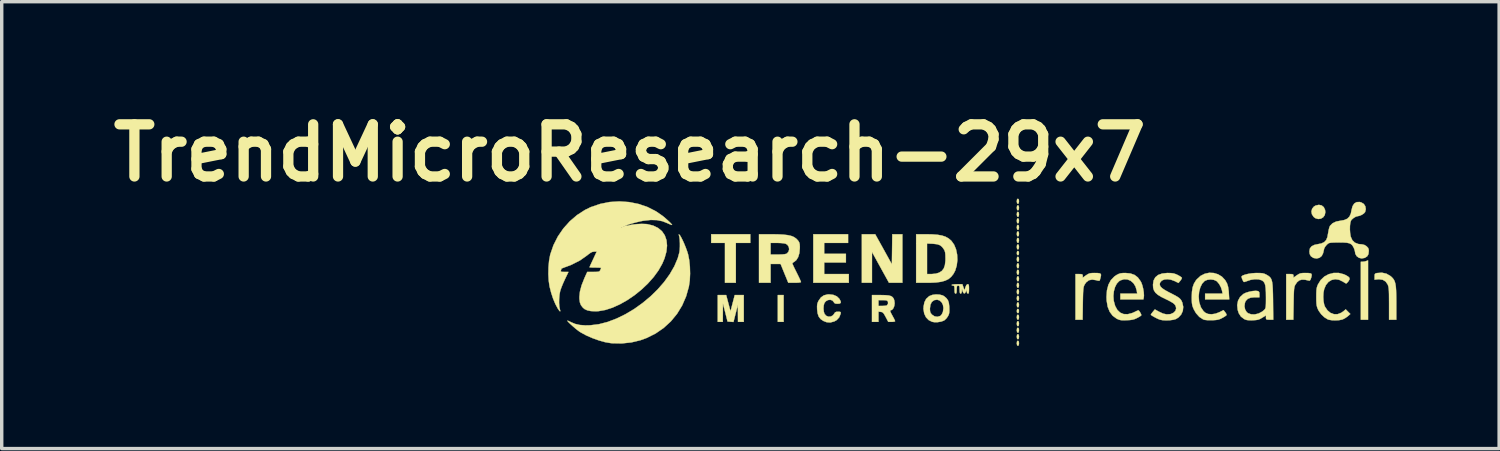
<source format=kicad_pcb>
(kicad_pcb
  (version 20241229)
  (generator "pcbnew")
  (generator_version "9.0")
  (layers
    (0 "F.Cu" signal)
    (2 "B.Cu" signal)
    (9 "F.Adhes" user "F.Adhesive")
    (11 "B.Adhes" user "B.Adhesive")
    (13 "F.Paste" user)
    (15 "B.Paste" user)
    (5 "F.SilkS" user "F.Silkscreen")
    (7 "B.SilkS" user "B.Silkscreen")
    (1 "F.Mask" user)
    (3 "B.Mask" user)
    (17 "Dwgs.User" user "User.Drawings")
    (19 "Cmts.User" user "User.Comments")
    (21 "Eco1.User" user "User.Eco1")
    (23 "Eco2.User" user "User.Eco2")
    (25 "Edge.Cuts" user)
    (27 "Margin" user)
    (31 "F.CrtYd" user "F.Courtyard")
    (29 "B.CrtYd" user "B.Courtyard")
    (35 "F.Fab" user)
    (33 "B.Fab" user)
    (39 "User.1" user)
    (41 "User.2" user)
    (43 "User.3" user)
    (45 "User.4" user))
  (footprint "TrendMicroResearch-29x7"
    (layer "F.Cu")
    (at 25.356 4.918)
    (property "Reference" "TrendMicroResearch-29x7" (at -10 -3.5 0) (layer "F.SilkS") (effects (font (size 1.524 1.524) (thickness 0.3))))
    (attr through_hole)
    (fp_poly (pts (xy -5.503 1.439) (xy -5.673 1.439) (xy -5.673 0.656) (xy -5.503 0.656) (xy -5.503 1.439)) (stroke (width 0.01) (type solid)) (fill yes) (layer "F.SilkS"))
    (fp_poly (pts (xy 11.578 1.376) (xy 11.367 1.376) (xy 11.367 -0.318) (xy 11.418 -0.318) (xy 11.479 -0.325) (xy 11.524 -0.338) (xy 11.578 -0.359) (xy 11.578 1.376)) (stroke (width 0.01) (type solid)) (fill yes) (layer "F.SilkS"))
    (fp_poly (pts (xy -6.477 -0.868) (xy -6.9 -0.868) (xy -6.9 0.296) (xy -7.218 0.296) (xy -7.218 -0.868) (xy -7.62 -0.868) (xy -7.62 -1.122) (xy -6.477 -1.122) (xy -6.477 -0.868)) (stroke (width 0.01) (type solid)) (fill yes) (layer "F.SilkS"))
    (fp_poly (pts (xy 1.369 -0.616) (xy 1.376 -0.572) (xy 1.366 -0.521) (xy 1.344 -0.508) (xy 1.319 -0.527) (xy 1.312 -0.572) (xy 1.322 -0.622) (xy 1.344 -0.635) (xy 1.369 -0.616)) (stroke (width 0.01) (type solid)) (fill yes) (layer "F.SilkS"))
    (fp_poly (pts (xy 1.369 1.077) (xy 1.376 1.122) (xy 1.366 1.172) (xy 1.344 1.185) (xy 1.319 1.166) (xy 1.312 1.122) (xy 1.322 1.071) (xy 1.344 1.058) (xy 1.369 1.077)) (stroke (width 0.01) (type solid)) (fill yes) (layer "F.SilkS"))
    (fp_poly (pts (xy -3.619 -0.868) (xy -4.318 -0.868) (xy -4.318 -0.55) (xy -3.683 -0.55) (xy -3.683 -0.296) (xy -4.318 -0.296) (xy -4.318 0.042) (xy -3.598 0.042) (xy -3.598 0.296) (xy -4.636 0.296) (xy -4.636 -1.122) (xy -3.619 -1.122) (xy -3.619 -0.868)) (stroke (width 0.01) (type solid)) (fill yes) (layer "F.SilkS"))
    (fp_poly (pts (xy 1.368 -2.143) (xy 1.376 -2.092) (xy 1.376 -2.085) (xy 1.369 -2.03) (xy 1.347 -2.011) (xy 1.344 -2.011) (xy 1.321 -2.027) (xy 1.312 -2.078) (xy 1.312 -2.085) (xy 1.319 -2.14) (xy 1.341 -2.159) (xy 1.344 -2.159) (xy 1.368 -2.143)) (stroke (width 0.01) (type solid)) (fill yes) (layer "F.SilkS"))
    (fp_poly (pts (xy 1.368 -1.952) (xy 1.376 -1.901) (xy 1.376 -1.894) (xy 1.369 -1.84) (xy 1.347 -1.82) (xy 1.344 -1.82) (xy 1.321 -1.836) (xy 1.312 -1.888) (xy 1.312 -1.894) (xy 1.319 -1.949) (xy 1.341 -1.968) (xy 1.344 -1.968) (xy 1.368 -1.952)) (stroke (width 0.01) (type solid)) (fill yes) (layer "F.SilkS"))
    (fp_poly (pts (xy 1.368 -1.762) (xy 1.376 -1.711) (xy 1.376 -1.704) (xy 1.369 -1.649) (xy 1.347 -1.63) (xy 1.344 -1.63) (xy 1.321 -1.646) (xy 1.312 -1.697) (xy 1.312 -1.704) (xy 1.319 -1.759) (xy 1.341 -1.778) (xy 1.344 -1.778) (xy 1.368 -1.762)) (stroke (width 0.01) (type solid)) (fill yes) (layer "F.SilkS"))
    (fp_poly (pts (xy 1.368 -1.571) (xy 1.376 -1.52) (xy 1.376 -1.513) (xy 1.369 -1.459) (xy 1.347 -1.439) (xy 1.344 -1.439) (xy 1.321 -1.455) (xy 1.312 -1.507) (xy 1.312 -1.513) (xy 1.319 -1.568) (xy 1.341 -1.587) (xy 1.344 -1.587) (xy 1.368 -1.571)) (stroke (width 0.01) (type solid)) (fill yes) (layer "F.SilkS"))
    (fp_poly (pts (xy 1.368 -1.381) (xy 1.376 -1.33) (xy 1.376 -1.323) (xy 1.369 -1.268) (xy 1.347 -1.249) (xy 1.344 -1.249) (xy 1.321 -1.265) (xy 1.312 -1.316) (xy 1.312 -1.323) (xy 1.319 -1.378) (xy 1.341 -1.397) (xy 1.344 -1.397) (xy 1.368 -1.381)) (stroke (width 0.01) (type solid)) (fill yes) (layer "F.SilkS"))
    (fp_poly (pts (xy 1.368 -1.19) (xy 1.376 -1.139) (xy 1.376 -1.132) (xy 1.369 -1.078) (xy 1.347 -1.058) (xy 1.344 -1.058) (xy 1.321 -1.074) (xy 1.312 -1.126) (xy 1.312 -1.132) (xy 1.319 -1.187) (xy 1.341 -1.206) (xy 1.344 -1.206) (xy 1.368 -1.19)) (stroke (width 0.01) (type solid)) (fill yes) (layer "F.SilkS"))
    (fp_poly (pts (xy 1.368 -1) (xy 1.376 -0.949) (xy 1.376 -0.942) (xy 1.369 -0.887) (xy 1.347 -0.868) (xy 1.344 -0.868) (xy 1.321 -0.884) (xy 1.312 -0.935) (xy 1.312 -0.942) (xy 1.319 -0.997) (xy 1.341 -1.016) (xy 1.344 -1.016) (xy 1.368 -1)) (stroke (width 0.01) (type solid)) (fill yes) (layer "F.SilkS"))
    (fp_poly (pts (xy 1.368 -0.809) (xy 1.376 -0.758) (xy 1.376 -0.751) (xy 1.369 -0.697) (xy 1.347 -0.677) (xy 1.344 -0.677) (xy 1.321 -0.693) (xy 1.312 -0.745) (xy 1.312 -0.751) (xy 1.319 -0.806) (xy 1.341 -0.825) (xy 1.344 -0.826) (xy 1.368 -0.809)) (stroke (width 0.01) (type solid)) (fill yes) (layer "F.SilkS"))
    (fp_poly (pts (xy 1.368 -0.45) (xy 1.376 -0.398) (xy 1.376 -0.392) (xy 1.369 -0.337) (xy 1.347 -0.318) (xy 1.344 -0.318) (xy 1.321 -0.334) (xy 1.312 -0.385) (xy 1.312 -0.392) (xy 1.319 -0.446) (xy 1.341 -0.466) (xy 1.344 -0.466) (xy 1.368 -0.45)) (stroke (width 0.01) (type solid)) (fill yes) (layer "F.SilkS"))
    (fp_poly (pts (xy 1.368 -0.259) (xy 1.376 -0.208) (xy 1.376 -0.201) (xy 1.369 -0.146) (xy 1.347 -0.127) (xy 1.344 -0.127) (xy 1.321 -0.143) (xy 1.312 -0.194) (xy 1.312 -0.201) (xy 1.319 -0.256) (xy 1.341 -0.275) (xy 1.344 -0.275) (xy 1.368 -0.259)) (stroke (width 0.01) (type solid)) (fill yes) (layer "F.SilkS"))
    (fp_poly (pts (xy 1.368 -0.069) (xy 1.376 -0.017) (xy 1.376 -0.011) (xy 1.369 0.044) (xy 1.347 0.063) (xy 1.344 0.064) (xy 1.321 0.047) (xy 1.312 -0.004) (xy 1.312 -0.011) (xy 1.319 -0.065) (xy 1.341 -0.085) (xy 1.344 -0.085) (xy 1.368 -0.069)) (stroke (width 0.01) (type solid)) (fill yes) (layer "F.SilkS"))
    (fp_poly (pts (xy 1.368 0.122) (xy 1.376 0.173) (xy 1.376 0.18) (xy 1.369 0.235) (xy 1.347 0.254) (xy 1.344 0.254) (xy 1.321 0.238) (xy 1.312 0.187) (xy 1.312 0.18) (xy 1.319 0.125) (xy 1.341 0.106) (xy 1.344 0.106) (xy 1.368 0.122)) (stroke (width 0.01) (type solid)) (fill yes) (layer "F.SilkS"))
    (fp_poly (pts (xy 1.368 0.312) (xy 1.376 0.364) (xy 1.376 0.37) (xy 1.369 0.425) (xy 1.347 0.444) (xy 1.344 0.445) (xy 1.321 0.428) (xy 1.312 0.377) (xy 1.312 0.37) (xy 1.319 0.316) (xy 1.341 0.296) (xy 1.344 0.296) (xy 1.368 0.312)) (stroke (width 0.01) (type solid)) (fill yes) (layer "F.SilkS"))
    (fp_poly (pts (xy 1.368 0.503) (xy 1.376 0.554) (xy 1.376 0.561) (xy 1.369 0.616) (xy 1.347 0.635) (xy 1.344 0.635) (xy 1.321 0.619) (xy 1.312 0.568) (xy 1.312 0.561) (xy 1.319 0.506) (xy 1.341 0.487) (xy 1.344 0.487) (xy 1.368 0.503)) (stroke (width 0.01) (type solid)) (fill yes) (layer "F.SilkS"))
    (fp_poly (pts (xy 1.368 0.693) (xy 1.376 0.745) (xy 1.376 0.751) (xy 1.369 0.806) (xy 1.347 0.825) (xy 1.344 0.826) (xy 1.321 0.809) (xy 1.312 0.758) (xy 1.312 0.751) (xy 1.319 0.697) (xy 1.341 0.677) (xy 1.344 0.677) (xy 1.368 0.693)) (stroke (width 0.01) (type solid)) (fill yes) (layer "F.SilkS"))
    (fp_poly (pts (xy 1.368 0.884) (xy 1.376 0.935) (xy 1.376 0.942) (xy 1.369 0.997) (xy 1.347 1.016) (xy 1.344 1.016) (xy 1.321 1) (xy 1.312 0.949) (xy 1.312 0.942) (xy 1.319 0.887) (xy 1.341 0.868) (xy 1.344 0.868) (xy 1.368 0.884)) (stroke (width 0.01) (type solid)) (fill yes) (layer "F.SilkS"))
    (fp_poly (pts (xy 1.368 1.244) (xy 1.376 1.295) (xy 1.376 1.302) (xy 1.369 1.357) (xy 1.347 1.376) (xy 1.344 1.376) (xy 1.321 1.36) (xy 1.312 1.308) (xy 1.312 1.302) (xy 1.319 1.247) (xy 1.341 1.228) (xy 1.344 1.228) (xy 1.368 1.244)) (stroke (width 0.01) (type solid)) (fill yes) (layer "F.SilkS"))
    (fp_poly (pts (xy 1.368 1.434) (xy 1.376 1.486) (xy 1.376 1.492) (xy 1.369 1.547) (xy 1.347 1.566) (xy 1.344 1.566) (xy 1.321 1.55) (xy 1.312 1.499) (xy 1.312 1.492) (xy 1.319 1.437) (xy 1.341 1.418) (xy 1.344 1.418) (xy 1.368 1.434)) (stroke (width 0.01) (type solid)) (fill yes) (layer "F.SilkS"))
    (fp_poly (pts (xy 1.368 1.625) (xy 1.376 1.676) (xy 1.376 1.683) (xy 1.369 1.738) (xy 1.347 1.757) (xy 1.344 1.757) (xy 1.321 1.741) (xy 1.312 1.689) (xy 1.312 1.683) (xy 1.319 1.628) (xy 1.341 1.609) (xy 1.344 1.609) (xy 1.368 1.625)) (stroke (width 0.01) (type solid)) (fill yes) (layer "F.SilkS"))
    (fp_poly (pts (xy 1.368 1.815) (xy 1.376 1.867) (xy 1.376 1.873) (xy 1.369 1.928) (xy 1.347 1.947) (xy 1.344 1.947) (xy 1.321 1.931) (xy 1.312 1.88) (xy 1.312 1.873) (xy 1.319 1.818) (xy 1.341 1.799) (xy 1.344 1.799) (xy 1.368 1.815)) (stroke (width 0.01) (type solid)) (fill yes) (layer "F.SilkS"))
    (fp_poly (pts (xy 1.368 2.006) (xy 1.376 2.057) (xy 1.376 2.064) (xy 1.369 2.119) (xy 1.347 2.138) (xy 1.344 2.138) (xy 1.321 2.122) (xy 1.312 2.07) (xy 1.312 2.064) (xy 1.319 2.009) (xy 1.341 1.99) (xy 1.344 1.99) (xy 1.368 2.006)) (stroke (width 0.01) (type solid)) (fill yes) (layer "F.SilkS"))
    (fp_poly (pts (xy -2.032 0.296) (xy -2.228 0.296) (xy -2.424 0.296) (xy -2.672 -0.153) (xy -2.92 -0.603) (xy -2.921 -0.153) (xy -2.921 0.296) (xy -3.217 0.296) (xy -3.217 -1.122) (xy -3.022 -1.122) (xy -2.826 -1.121) (xy -2.582 -0.682) (xy -2.339 -0.243) (xy -2.333 -0.683) (xy -2.327 -1.122) (xy -2.032 -1.122) (xy -2.032 0.296)) (stroke (width 0.01) (type solid)) (fill yes) (layer "F.SilkS"))
    (fp_poly (pts (xy 10.222 -1.964) (xy 10.284 -1.914) (xy 10.321 -1.835) (xy 10.329 -1.766) (xy 10.312 -1.681) (xy 10.265 -1.616) (xy 10.198 -1.577) (xy 10.121 -1.567) (xy 10.042 -1.589) (xy 9.989 -1.628) (xy 9.938 -1.704) (xy 9.923 -1.786) (xy 9.943 -1.865) (xy 9.995 -1.93) (xy 10.047 -1.961) (xy 10.141 -1.981) (xy 10.222 -1.964)) (stroke (width 0.01) (type solid)) (fill yes) (layer "F.SilkS"))
    (fp_poly (pts (xy -7.119 0.894) (xy -7.056 1.132) (xy -6.994 0.894) (xy -6.932 0.656) (xy -6.668 0.656) (xy -6.668 1.439) (xy -6.837 1.439) (xy -6.839 1.191) (xy -6.841 0.942) (xy -6.969 1.442) (xy -7.142 1.429) (xy -7.209 1.164) (xy -7.277 0.9) (xy -7.281 1.439) (xy -7.429 1.439) (xy -7.429 0.656) (xy -7.182 0.656) (xy -7.119 0.894)) (stroke (width 0.01) (type solid)) (fill yes) (layer "F.SilkS"))
    (fp_poly (pts (xy 12.115 0.031) (xy 12.233 0.1) (xy 12.257 0.12) (xy 12.299 0.162) (xy 12.333 0.207) (xy 12.358 0.261) (xy 12.377 0.327) (xy 12.39 0.413) (xy 12.398 0.523) (xy 12.402 0.663) (xy 12.404 0.839) (xy 12.404 0.893) (xy 12.404 1.376) (xy 12.192 1.376) (xy 12.192 0.905) (xy 12.191 0.749) (xy 12.19 0.628) (xy 12.187 0.538) (xy 12.182 0.471) (xy 12.175 0.421) (xy 12.165 0.382) (xy 12.152 0.348) (xy 12.15 0.343) (xy 12.091 0.26) (xy 12.007 0.209) (xy 11.9 0.194) (xy 11.859 0.196) (xy 11.769 0.206) (xy 11.769 0.116) (xy 11.771 0.059) (xy 11.785 0.03) (xy 11.819 0.017) (xy 11.835 0.013) (xy 11.982 0.002) (xy 12.115 0.031)) (stroke (width 0.01) (type solid)) (fill yes) (layer "F.SilkS"))
    (fp_poly (pts (xy 9.83 0.012) (xy 9.892 0.02) (xy 9.924 0.037) (xy 9.932 0.07) (xy 9.923 0.122) (xy 9.918 0.142) (xy 9.894 0.209) (xy 9.87 0.236) (xy 9.861 0.236) (xy 9.736 0.208) (xy 9.64 0.205) (xy 9.565 0.228) (xy 9.504 0.279) (xy 9.449 0.36) (xy 9.446 0.366) (xy 9.433 0.394) (xy 9.424 0.431) (xy 9.416 0.483) (xy 9.411 0.556) (xy 9.407 0.655) (xy 9.404 0.786) (xy 9.402 0.905) (xy 9.394 1.376) (xy 9.186 1.376) (xy 9.186 0.042) (xy 9.292 0.042) (xy 9.355 0.044) (xy 9.386 0.053) (xy 9.397 0.074) (xy 9.398 0.095) (xy 9.398 0.147) (xy 9.495 0.079) (xy 9.554 0.041) (xy 9.607 0.02) (xy 9.67 0.012) (xy 9.733 0.011) (xy 9.83 0.012)) (stroke (width 0.01) (type solid)) (fill yes) (layer "F.SilkS"))
    (fp_poly (pts (xy 3.671 0.012) (xy 3.733 0.02) (xy 3.765 0.038) (xy 3.774 0.068) (xy 3.766 0.116) (xy 3.765 0.121) (xy 3.75 0.179) (xy 3.738 0.221) (xy 3.736 0.226) (xy 3.719 0.238) (xy 3.677 0.234) (xy 3.627 0.22) (xy 3.514 0.203) (xy 3.418 0.223) (xy 3.341 0.282) (xy 3.295 0.349) (xy 3.28 0.379) (xy 3.268 0.413) (xy 3.26 0.455) (xy 3.254 0.512) (xy 3.249 0.589) (xy 3.246 0.695) (xy 3.243 0.833) (xy 3.242 0.905) (xy 3.235 1.376) (xy 3.027 1.376) (xy 3.027 0.042) (xy 3.133 0.042) (xy 3.195 0.044) (xy 3.227 0.053) (xy 3.238 0.074) (xy 3.239 0.095) (xy 3.239 0.147) (xy 3.335 0.079) (xy 3.395 0.041) (xy 3.447 0.02) (xy 3.511 0.012) (xy 3.573 0.011) (xy 3.671 0.012)) (stroke (width 0.01) (type solid)) (fill yes) (layer "F.SilkS"))
    (fp_poly (pts (xy -1.156 -1.118) (xy -1 -1.106) (xy -0.873 -1.083) (xy -0.77 -1.049) (xy -0.684 -1.001) (xy -0.61 -0.939) (xy -0.599 -0.928) (xy -0.52 -0.817) (xy -0.464 -0.68) (xy -0.432 -0.526) (xy -0.425 -0.365) (xy -0.444 -0.206) (xy -0.488 -0.06) (xy -0.541 0.04) (xy -0.607 0.123) (xy -0.685 0.188) (xy -0.782 0.235) (xy -0.902 0.268) (xy -1.051 0.288) (xy -1.234 0.296) (xy -1.306 0.296) (xy -1.63 0.296) (xy -1.63 0.042) (xy -1.312 0.042) (xy -1.18 0.042) (xy -1.056 0.03) (xy -0.959 0.001) (xy -0.88 -0.049) (xy -0.824 -0.12) (xy -0.79 -0.216) (xy -0.774 -0.344) (xy -0.773 -0.413) (xy -0.775 -0.515) (xy -0.782 -0.587) (xy -0.797 -0.64) (xy -0.815 -0.675) (xy -0.869 -0.75) (xy -0.93 -0.8) (xy -1.011 -0.829) (xy -1.121 -0.842) (xy -1.144 -0.844) (xy -1.312 -0.851) (xy -1.312 0.042) (xy -1.63 0.042) (xy -1.63 -1.122) (xy -1.348 -1.122) (xy -1.156 -1.118)) (stroke (width 0.01) (type solid)) (fill yes) (layer "F.SilkS"))
    (fp_poly (pts (xy -4.05 0.65) (xy -3.949 0.693) (xy -3.877 0.762) (xy -3.871 0.771) (xy -3.836 0.839) (xy -3.833 0.882) (xy -3.863 0.904) (xy -3.923 0.91) (xy -3.985 0.906) (xy -4.019 0.889) (xy -4.038 0.86) (xy -4.079 0.813) (xy -4.139 0.794) (xy -4.206 0.801) (xy -4.268 0.835) (xy -4.312 0.889) (xy -4.332 0.962) (xy -4.338 1.054) (xy -4.328 1.145) (xy -4.307 1.207) (xy -4.258 1.262) (xy -4.192 1.287) (xy -4.122 1.282) (xy -4.06 1.247) (xy -4.026 1.201) (xy -4 1.162) (xy -3.963 1.146) (xy -3.912 1.143) (xy -3.858 1.145) (xy -3.835 1.156) (xy -3.835 1.186) (xy -3.839 1.208) (xy -3.88 1.309) (xy -3.954 1.388) (xy -4.022 1.426) (xy -4.137 1.457) (xy -4.245 1.449) (xy -4.339 1.413) (xy -4.421 1.358) (xy -4.477 1.286) (xy -4.51 1.189) (xy -4.524 1.072) (xy -4.526 0.983) (xy -4.52 0.919) (xy -4.501 0.862) (xy -4.484 0.826) (xy -4.414 0.726) (xy -4.326 0.664) (xy -4.216 0.637) (xy -4.175 0.635) (xy -4.05 0.65)) (stroke (width 0.01) (type solid)) (fill yes) (layer "F.SilkS"))
    (fp_poly (pts (xy -2.527 0.659) (xy -2.43 0.668) (xy -2.361 0.687) (xy -2.316 0.718) (xy -2.285 0.763) (xy -2.268 0.815) (xy -2.258 0.895) (xy -2.269 0.974) (xy -2.296 1.042) (xy -2.336 1.088) (xy -2.375 1.101) (xy -2.389 1.108) (xy -2.386 1.134) (xy -2.364 1.184) (xy -2.321 1.264) (xy -2.318 1.27) (xy -2.281 1.337) (xy -2.255 1.391) (xy -2.244 1.42) (xy -2.244 1.42) (xy -2.263 1.431) (xy -2.311 1.438) (xy -2.344 1.439) (xy -2.445 1.439) (xy -2.52 1.296) (xy -2.561 1.222) (xy -2.592 1.178) (xy -2.622 1.156) (xy -2.658 1.147) (xy -2.663 1.147) (xy -2.731 1.14) (xy -2.731 1.439) (xy -2.921 1.439) (xy -2.921 0.804) (xy -2.731 0.804) (xy -2.731 0.974) (xy -2.619 0.973) (xy -2.552 0.97) (xy -2.501 0.963) (xy -2.485 0.957) (xy -2.453 0.913) (xy -2.453 0.857) (xy -2.459 0.841) (xy -2.48 0.819) (xy -2.522 0.808) (xy -2.595 0.804) (xy -2.604 0.804) (xy -2.731 0.804) (xy -2.921 0.804) (xy -2.921 0.656) (xy -2.659 0.656) (xy -2.527 0.659)) (stroke (width 0.01) (type solid)) (fill yes) (layer "F.SilkS"))
    (fp_poly (pts (xy -0.248 0.429) (xy -0.218 0.519) (xy -0.19 0.429) (xy -0.164 0.366) (xy -0.133 0.34) (xy -0.124 0.339) (xy -0.102 0.344) (xy -0.091 0.366) (xy -0.086 0.414) (xy -0.085 0.476) (xy -0.087 0.553) (xy -0.094 0.596) (xy -0.109 0.613) (xy -0.116 0.614) (xy -0.142 0.595) (xy -0.15 0.556) (xy -0.153 0.497) (xy -0.176 0.556) (xy -0.204 0.603) (xy -0.233 0.608) (xy -0.26 0.572) (xy -0.27 0.545) (xy -0.292 0.476) (xy -0.294 0.545) (xy -0.305 0.599) (xy -0.328 0.614) (xy -0.347 0.603) (xy -0.357 0.567) (xy -0.36 0.497) (xy -0.362 0.43) (xy -0.37 0.395) (xy -0.387 0.382) (xy -0.402 0.381) (xy -0.427 0.386) (xy -0.439 0.408) (xy -0.444 0.457) (xy -0.445 0.497) (xy -0.447 0.568) (xy -0.457 0.604) (xy -0.476 0.614) (xy -0.495 0.603) (xy -0.505 0.567) (xy -0.508 0.497) (xy -0.51 0.43) (xy -0.518 0.395) (xy -0.535 0.382) (xy -0.55 0.381) (xy -0.585 0.372) (xy -0.593 0.36) (xy -0.573 0.349) (xy -0.52 0.342) (xy -0.442 0.339) (xy -0.436 0.339) (xy -0.279 0.339) (xy -0.248 0.429)) (stroke (width 0.01) (type solid)) (fill yes) (layer "F.SilkS"))
    (fp_poly (pts (xy -0.945 0.643) (xy -0.854 0.666) (xy -0.812 0.69) (xy -0.743 0.749) (xy -0.699 0.811) (xy -0.674 0.887) (xy -0.662 0.99) (xy -0.661 1.023) (xy -0.659 1.116) (xy -0.664 1.18) (xy -0.678 1.23) (xy -0.703 1.279) (xy -0.748 1.341) (xy -0.801 1.39) (xy -0.815 1.4) (xy -0.898 1.431) (xy -1 1.448) (xy -1.103 1.448) (xy -1.164 1.437) (xy -1.265 1.386) (xy -1.343 1.304) (xy -1.394 1.196) (xy -1.415 1.068) (xy -1.414 1.059) (xy -1.228 1.059) (xy -1.223 1.131) (xy -1.206 1.181) (xy -1.169 1.226) (xy -1.166 1.229) (xy -1.091 1.278) (xy -1.008 1.291) (xy -0.928 1.267) (xy -0.915 1.259) (xy -0.88 1.218) (xy -0.851 1.156) (xy -0.846 1.139) (xy -0.832 1.034) (xy -0.847 0.941) (xy -0.887 0.865) (xy -0.945 0.813) (xy -1.017 0.791) (xy -1.1 0.804) (xy -1.105 0.806) (xy -1.172 0.856) (xy -1.213 0.938) (xy -1.228 1.053) (xy -1.228 1.059) (xy -1.414 1.059) (xy -1.413 0.995) (xy -1.388 0.867) (xy -1.338 0.769) (xy -1.259 0.696) (xy -1.237 0.682) (xy -1.152 0.65) (xy -1.05 0.637) (xy -0.945 0.643)) (stroke (width 0.01) (type solid)) (fill yes) (layer "F.SilkS"))
    (fp_poly (pts (xy -5.673 -1.119) (xy -5.513 -1.111) (xy -5.384 -1.096) (xy -5.282 -1.073) (xy -5.202 -1.04) (xy -5.137 -0.996) (xy -5.084 -0.94) (xy -5.071 -0.924) (xy -5.047 -0.882) (xy -5.034 -0.831) (xy -5.029 -0.758) (xy -5.03 -0.711) (xy -5.043 -0.571) (xy -5.078 -0.454) (xy -5.132 -0.366) (xy -5.185 -0.322) (xy -5.228 -0.294) (xy -5.249 -0.272) (xy -5.249 -0.27) (xy -5.24 -0.246) (xy -5.216 -0.191) (xy -5.179 -0.114) (xy -5.133 -0.022) (xy -5.122 0) (xy -5.075 0.095) (xy -5.036 0.177) (xy -5.009 0.239) (xy -4.996 0.272) (xy -4.995 0.275) (xy -5.015 0.285) (xy -5.071 0.293) (xy -5.157 0.296) (xy -5.181 0.296) (xy -5.367 0.296) (xy -5.48 0.021) (xy -5.592 -0.254) (xy -5.884 -0.254) (xy -5.884 0.296) (xy -6.223 0.296) (xy -6.223 -0.868) (xy -5.884 -0.868) (xy -5.884 -0.529) (xy -5.667 -0.529) (xy -5.551 -0.531) (xy -5.471 -0.539) (xy -5.421 -0.552) (xy -5.405 -0.56) (xy -5.358 -0.616) (xy -5.341 -0.685) (xy -5.354 -0.756) (xy -5.395 -0.815) (xy -5.445 -0.845) (xy -5.496 -0.856) (xy -5.575 -0.864) (xy -5.667 -0.868) (xy -5.697 -0.868) (xy -5.884 -0.868) (xy -6.223 -0.868) (xy -6.223 -1.122) (xy -5.87 -1.122) (xy -5.673 -1.119)) (stroke (width 0.01) (type solid)) (fill yes) (layer "F.SilkS"))
    (fp_poly (pts (xy 10.863 0.046) (xy 10.918 0.07) (xy 10.994 0.113) (xy 11.033 0.151) (xy 11.038 0.192) (xy 11.012 0.241) (xy 11.006 0.251) (xy 10.97 0.293) (xy 10.944 0.316) (xy 10.94 0.318) (xy 10.914 0.307) (xy 10.868 0.279) (xy 10.847 0.265) (xy 10.732 0.209) (xy 10.619 0.192) (xy 10.514 0.214) (xy 10.421 0.271) (xy 10.346 0.363) (xy 10.296 0.48) (xy 10.275 0.587) (xy 10.269 0.709) (xy 10.276 0.831) (xy 10.296 0.937) (xy 10.318 0.995) (xy 10.392 1.104) (xy 10.482 1.178) (xy 10.583 1.215) (xy 10.69 1.214) (xy 10.797 1.172) (xy 10.859 1.129) (xy 10.925 1.073) (xy 10.992 1.141) (xy 11.06 1.209) (xy 10.981 1.279) (xy 10.914 1.326) (xy 10.842 1.364) (xy 10.82 1.372) (xy 10.733 1.389) (xy 10.63 1.395) (xy 10.526 1.392) (xy 10.438 1.378) (xy 10.4 1.366) (xy 10.303 1.306) (xy 10.21 1.218) (xy 10.136 1.115) (xy 10.115 1.074) (xy 10.093 1.02) (xy 10.078 0.967) (xy 10.07 0.905) (xy 10.066 0.822) (xy 10.065 0.709) (xy 10.066 0.595) (xy 10.07 0.512) (xy 10.078 0.45) (xy 10.093 0.398) (xy 10.115 0.344) (xy 10.195 0.215) (xy 10.301 0.115) (xy 10.428 0.046) (xy 10.568 0.01) (xy 10.715 0.009) (xy 10.863 0.046)) (stroke (width 0.01) (type solid)) (fill yes) (layer "F.SilkS"))
    (fp_poly (pts (xy -8.554 -1.113) (xy -8.552 -1.112) (xy -8.527 -1.082) (xy -8.492 -1.02) (xy -8.45 -0.936) (xy -8.406 -0.838) (xy -8.364 -0.734) (xy -8.327 -0.634) (xy -8.299 -0.546) (xy -8.297 -0.54) (xy -8.263 -0.37) (xy -8.243 -0.175) (xy -8.237 0.028) (xy -8.246 0.225) (xy -8.271 0.399) (xy -8.271 0.402) (xy -8.352 0.69) (xy -8.468 0.958) (xy -8.618 1.204) (xy -8.8 1.425) (xy -9.011 1.618) (xy -9.248 1.781) (xy -9.51 1.911) (xy -9.685 1.975) (xy -9.952 2.039) (xy -10.232 2.069) (xy -10.512 2.064) (xy -10.562 2.059) (xy -10.725 2.031) (xy -10.906 1.98) (xy -11.093 1.913) (xy -11.272 1.835) (xy -11.428 1.75) (xy -11.481 1.716) (xy -11.537 1.674) (xy -11.602 1.621) (xy -11.67 1.562) (xy -11.734 1.504) (xy -11.786 1.454) (xy -11.818 1.418) (xy -11.825 1.404) (xy -11.803 1.408) (xy -11.756 1.428) (xy -11.718 1.448) (xy -11.596 1.499) (xy -11.46 1.53) (xy -11.3 1.542) (xy -11.155 1.539) (xy -10.904 1.508) (xy -10.645 1.441) (xy -10.385 1.342) (xy -10.125 1.215) (xy -9.871 1.063) (xy -9.627 0.889) (xy -9.396 0.697) (xy -9.184 0.49) (xy -8.994 0.272) (xy -8.83 0.045) (xy -8.697 -0.186) (xy -8.598 -0.418) (xy -8.55 -0.592) (xy -8.54 -0.666) (xy -8.535 -0.761) (xy -8.535 -0.864) (xy -8.54 -0.962) (xy -8.55 -1.042) (xy -8.562 -1.088) (xy -8.57 -1.116) (xy -8.554 -1.113)) (stroke (width 0.01) (type solid)) (fill yes) (layer "F.SilkS"))
    (fp_poly (pts (xy 7.068 0.011) (xy 7.193 0.049) (xy 7.307 0.118) (xy 7.401 0.218) (xy 7.456 0.315) (xy 7.487 0.414) (xy 7.506 0.547) (xy 7.509 0.597) (xy 7.52 0.783) (xy 6.816 0.783) (xy 6.816 0.614) (xy 7.326 0.614) (xy 7.312 0.534) (xy 7.28 0.432) (xy 7.228 0.335) (xy 7.164 0.259) (xy 7.147 0.245) (xy 7.071 0.211) (xy 6.977 0.199) (xy 6.882 0.21) (xy 6.804 0.242) (xy 6.801 0.245) (xy 6.73 0.32) (xy 6.676 0.427) (xy 6.641 0.555) (xy 6.628 0.696) (xy 6.639 0.841) (xy 6.645 0.872) (xy 6.692 1.014) (xy 6.768 1.125) (xy 6.822 1.173) (xy 6.902 1.208) (xy 7.005 1.217) (xy 7.118 1.2) (xy 7.233 1.157) (xy 7.238 1.154) (xy 7.353 1.096) (xy 7.402 1.156) (xy 7.432 1.202) (xy 7.444 1.235) (xy 7.444 1.238) (xy 7.423 1.259) (xy 7.376 1.291) (xy 7.322 1.322) (xy 7.258 1.354) (xy 7.198 1.374) (xy 7.128 1.385) (xy 7.033 1.391) (xy 7.017 1.391) (xy 6.892 1.391) (xy 6.804 1.381) (xy 6.761 1.368) (xy 6.646 1.293) (xy 6.548 1.183) (xy 6.486 1.075) (xy 6.458 1.009) (xy 6.44 0.951) (xy 6.43 0.887) (xy 6.426 0.805) (xy 6.425 0.72) (xy 6.431 0.559) (xy 6.451 0.43) (xy 6.489 0.323) (xy 6.546 0.229) (xy 6.575 0.193) (xy 6.683 0.095) (xy 6.806 0.033) (xy 6.936 0.005) (xy 7.068 0.011)) (stroke (width 0.01) (type solid)) (fill yes) (layer "F.SilkS"))
    (fp_poly (pts (xy 4.634 0.025) (xy 4.753 0.067) (xy 4.85 0.141) (xy 4.929 0.25) (xy 4.951 0.29) (xy 4.98 0.369) (xy 5.005 0.469) (xy 5.022 0.574) (xy 5.028 0.668) (xy 5.023 0.723) (xy 5.011 0.783) (xy 4.339 0.783) (xy 4.339 0.614) (xy 4.831 0.614) (xy 4.817 0.524) (xy 4.781 0.404) (xy 4.72 0.307) (xy 4.64 0.238) (xy 4.546 0.199) (xy 4.446 0.193) (xy 4.344 0.225) (xy 4.301 0.251) (xy 4.234 0.322) (xy 4.182 0.424) (xy 4.148 0.547) (xy 4.135 0.682) (xy 4.144 0.819) (xy 4.146 0.827) (xy 4.187 0.976) (xy 4.251 1.091) (xy 4.335 1.17) (xy 4.437 1.212) (xy 4.555 1.215) (xy 4.688 1.18) (xy 4.749 1.153) (xy 4.808 1.124) (xy 4.852 1.105) (xy 4.866 1.101) (xy 4.885 1.117) (xy 4.913 1.156) (xy 4.938 1.202) (xy 4.952 1.238) (xy 4.953 1.243) (xy 4.936 1.262) (xy 4.89 1.292) (xy 4.831 1.324) (xy 4.762 1.356) (xy 4.696 1.375) (xy 4.62 1.386) (xy 4.519 1.391) (xy 4.423 1.393) (xy 4.355 1.389) (xy 4.303 1.377) (xy 4.252 1.356) (xy 4.228 1.344) (xy 4.113 1.259) (xy 4.027 1.144) (xy 3.968 0.997) (xy 3.938 0.819) (xy 3.934 0.711) (xy 3.947 0.517) (xy 3.99 0.353) (xy 4.062 0.219) (xy 4.163 0.114) (xy 4.227 0.07) (xy 4.289 0.038) (xy 4.346 0.02) (xy 4.415 0.012) (xy 4.487 0.011) (xy 4.634 0.025)) (stroke (width 0.01) (type solid)) (fill yes) (layer "F.SilkS"))
    (fp_poly (pts (xy 5.823 0.014) (xy 5.896 0.024) (xy 5.964 0.046) (xy 6.017 0.071) (xy 6.079 0.105) (xy 6.123 0.136) (xy 6.138 0.155) (xy 6.125 0.187) (xy 6.094 0.233) (xy 6.087 0.241) (xy 6.037 0.302) (xy 5.925 0.246) (xy 5.818 0.207) (xy 5.715 0.192) (xy 5.623 0.201) (xy 5.549 0.233) (xy 5.503 0.286) (xy 5.494 0.31) (xy 5.491 0.359) (xy 5.511 0.406) (xy 5.559 0.455) (xy 5.637 0.508) (xy 5.75 0.571) (xy 5.795 0.593) (xy 5.911 0.653) (xy 5.996 0.7) (xy 6.055 0.74) (xy 6.096 0.779) (xy 6.125 0.821) (xy 6.148 0.873) (xy 6.151 0.881) (xy 6.176 1.001) (xy 6.164 1.118) (xy 6.116 1.224) (xy 6.037 1.31) (xy 5.961 1.357) (xy 5.886 1.378) (xy 5.786 1.392) (xy 5.676 1.396) (xy 5.573 1.39) (xy 5.5 1.376) (xy 5.451 1.357) (xy 5.389 1.328) (xy 5.325 1.294) (xy 5.27 1.262) (xy 5.235 1.238) (xy 5.229 1.23) (xy 5.241 1.207) (xy 5.273 1.165) (xy 5.288 1.146) (xy 5.347 1.075) (xy 5.462 1.139) (xy 5.583 1.196) (xy 5.689 1.22) (xy 5.79 1.214) (xy 5.817 1.208) (xy 5.899 1.169) (xy 5.951 1.111) (xy 5.97 1.041) (xy 5.953 0.969) (xy 5.915 0.918) (xy 5.872 0.885) (xy 5.802 0.843) (xy 5.718 0.799) (xy 5.677 0.78) (xy 5.539 0.712) (xy 5.437 0.65) (xy 5.366 0.588) (xy 5.322 0.522) (xy 5.298 0.446) (xy 5.292 0.354) (xy 5.292 0.353) (xy 5.309 0.233) (xy 5.359 0.138) (xy 5.442 0.069) (xy 5.559 0.027) (xy 5.707 0.011) (xy 5.726 0.011) (xy 5.823 0.014)) (stroke (width 0.01) (type solid)) (fill yes) (layer "F.SilkS"))
    (fp_poly (pts (xy 11.38 -2.052) (xy 11.453 -2.008) (xy 11.498 -1.939) (xy 11.512 -1.855) (xy 11.491 -1.77) (xy 11.456 -1.73) (xy 11.398 -1.691) (xy 11.332 -1.662) (xy 11.279 -1.651) (xy 11.222 -1.636) (xy 11.157 -1.598) (xy 11.101 -1.55) (xy 11.078 -1.518) (xy 11.059 -1.456) (xy 11.049 -1.366) (xy 11.047 -1.261) (xy 11.054 -1.155) (xy 11.069 -1.062) (xy 11.072 -1.05) (xy 11.118 -0.948) (xy 11.192 -0.876) (xy 11.296 -0.836) (xy 11.402 -0.826) (xy 11.475 -0.808) (xy 11.534 -0.771) (xy 11.58 -0.722) (xy 11.598 -0.668) (xy 11.599 -0.632) (xy 11.589 -0.541) (xy 11.554 -0.478) (xy 11.488 -0.435) (xy 11.479 -0.431) (xy 11.393 -0.415) (xy 11.313 -0.433) (xy 11.247 -0.48) (xy 11.206 -0.551) (xy 11.197 -0.607) (xy 11.188 -0.65) (xy 11.167 -0.71) (xy 11.157 -0.732) (xy 11.125 -0.789) (xy 11.086 -0.83) (xy 11.031 -0.858) (xy 10.955 -0.874) (xy 10.85 -0.881) (xy 10.71 -0.882) (xy 10.706 -0.882) (xy 10.595 -0.88) (xy 10.518 -0.877) (xy 10.466 -0.871) (xy 10.431 -0.861) (xy 10.404 -0.844) (xy 10.376 -0.819) (xy 10.372 -0.815) (xy 10.328 -0.763) (xy 10.298 -0.711) (xy 10.295 -0.699) (xy 10.281 -0.642) (xy 10.265 -0.573) (xy 10.263 -0.566) (xy 10.224 -0.487) (xy 10.158 -0.434) (xy 10.076 -0.413) (xy 9.987 -0.428) (xy 9.976 -0.433) (xy 9.908 -0.479) (xy 9.872 -0.546) (xy 9.864 -0.622) (xy 9.879 -0.707) (xy 9.928 -0.769) (xy 10.012 -0.811) (xy 10.097 -0.829) (xy 10.213 -0.852) (xy 10.296 -0.891) (xy 10.353 -0.951) (xy 10.39 -1.039) (xy 10.412 -1.162) (xy 10.427 -1.246) (xy 10.446 -1.319) (xy 10.466 -1.367) (xy 10.466 -1.367) (xy 10.539 -1.441) (xy 10.644 -1.492) (xy 10.751 -1.513) (xy 10.879 -1.536) (xy 10.971 -1.575) (xy 11.034 -1.637) (xy 11.075 -1.726) (xy 11.095 -1.827) (xy 11.124 -1.94) (xy 11.174 -2.019) (xy 11.243 -2.06) (xy 11.33 -2.065) (xy 11.38 -2.052)) (stroke (width 0.01) (type solid)) (fill yes) (layer "F.SilkS"))
    (fp_poly (pts (xy 8.427 0.013) (xy 8.497 0.019) (xy 8.551 0.034) (xy 8.603 0.058) (xy 8.613 0.064) (xy 8.664 0.094) (xy 8.704 0.126) (xy 8.735 0.163) (xy 8.758 0.212) (xy 8.775 0.277) (xy 8.786 0.364) (xy 8.793 0.477) (xy 8.798 0.621) (xy 8.801 0.802) (xy 8.801 0.831) (xy 8.807 1.376) (xy 8.701 1.376) (xy 8.637 1.374) (xy 8.606 1.366) (xy 8.595 1.344) (xy 8.594 1.313) (xy 8.594 1.251) (xy 8.484 1.318) (xy 8.422 1.354) (xy 8.367 1.375) (xy 8.302 1.386) (xy 8.213 1.392) (xy 8.204 1.392) (xy 8.107 1.393) (xy 8.038 1.386) (xy 7.985 1.37) (xy 7.955 1.355) (xy 7.862 1.284) (xy 7.799 1.186) (xy 7.768 1.09) (xy 7.754 0.948) (xy 7.778 0.821) (xy 7.838 0.712) (xy 7.933 0.625) (xy 7.934 0.624) (xy 8.007 0.588) (xy 8.102 0.559) (xy 8.203 0.539) (xy 8.294 0.532) (xy 8.348 0.537) (xy 8.384 0.552) (xy 8.4 0.582) (xy 8.403 0.635) (xy 8.403 0.72) (xy 8.271 0.72) (xy 8.15 0.731) (xy 8.062 0.766) (xy 8.003 0.827) (xy 7.979 0.884) (xy 7.966 0.984) (xy 7.985 1.078) (xy 8.032 1.155) (xy 8.071 1.186) (xy 8.163 1.219) (xy 8.27 1.221) (xy 8.381 1.194) (xy 8.484 1.139) (xy 8.541 1.092) (xy 8.561 1.07) (xy 8.575 1.047) (xy 8.585 1.015) (xy 8.59 0.968) (xy 8.593 0.896) (xy 8.594 0.795) (xy 8.594 0.72) (xy 8.592 0.568) (xy 8.585 0.452) (xy 8.573 0.367) (xy 8.552 0.305) (xy 8.523 0.262) (xy 8.483 0.231) (xy 8.469 0.224) (xy 8.381 0.197) (xy 8.271 0.193) (xy 8.153 0.21) (xy 8.081 0.233) (xy 8.017 0.256) (xy 7.969 0.271) (xy 7.952 0.275) (xy 7.933 0.257) (xy 7.911 0.215) (xy 7.891 0.165) (xy 7.881 0.123) (xy 7.883 0.108) (xy 7.918 0.082) (xy 7.986 0.058) (xy 8.077 0.036) (xy 8.18 0.02) (xy 8.286 0.012) (xy 8.329 0.011) (xy 8.427 0.013)) (stroke (width 0.01) (type solid)) (fill yes) (layer "F.SilkS"))
    (fp_poly (pts (xy -10.019 -2.062) (xy -9.744 -2.007) (xy -9.48 -1.917) (xy -9.233 -1.791) (xy -9.038 -1.656) (xy -8.967 -1.597) (xy -8.897 -1.535) (xy -8.834 -1.477) (xy -8.788 -1.429) (xy -8.764 -1.399) (xy -8.763 -1.394) (xy -8.78 -1.395) (xy -8.825 -1.412) (xy -8.885 -1.439) (xy -9.042 -1.502) (xy -9.207 -1.535) (xy -9.388 -1.54) (xy -9.593 -1.517) (xy -9.616 -1.514) (xy -9.699 -1.497) (xy -9.792 -1.475) (xy -9.888 -1.45) (xy -9.979 -1.424) (xy -10.056 -1.4) (xy -10.11 -1.38) (xy -10.134 -1.367) (xy -10.134 -1.364) (xy -10.11 -1.364) (xy -10.062 -1.374) (xy -10.053 -1.376) (xy -9.934 -1.402) (xy -9.793 -1.418) (xy -9.649 -1.425) (xy -9.52 -1.42) (xy -9.49 -1.417) (xy -9.316 -1.375) (xy -9.172 -1.305) (xy -9.058 -1.209) (xy -8.976 -1.089) (xy -8.927 -0.948) (xy -8.911 -0.787) (xy -8.93 -0.61) (xy -8.984 -0.417) (xy -9.05 -0.261) (xy -9.162 -0.063) (xy -9.305 0.132) (xy -9.472 0.32) (xy -9.659 0.497) (xy -9.861 0.66) (xy -10.073 0.804) (xy -10.289 0.926) (xy -10.504 1.023) (xy -10.714 1.091) (xy -10.912 1.126) (xy -10.996 1.13) (xy -11.135 1.124) (xy -11.241 1.102) (xy -11.322 1.064) (xy -11.372 1.021) (xy -11.426 0.951) (xy -11.457 0.872) (xy -11.471 0.77) (xy -11.472 0.71) (xy -11.456 0.553) (xy -11.408 0.372) (xy -11.326 0.165) (xy -11.313 0.135) (xy -11.242 -0.021) (xy -11.064 -0.021) (xy -10.977 -0.022) (xy -10.923 -0.026) (xy -10.891 -0.036) (xy -10.873 -0.054) (xy -10.862 -0.075) (xy -10.844 -0.118) (xy -10.837 -0.139) (xy -10.857 -0.143) (xy -10.909 -0.146) (xy -10.983 -0.148) (xy -11.007 -0.148) (xy -11.085 -0.149) (xy -11.145 -0.152) (xy -11.174 -0.155) (xy -11.176 -0.157) (xy -11.168 -0.178) (xy -11.145 -0.23) (xy -11.111 -0.304) (xy -11.071 -0.389) (xy -10.966 -0.614) (xy -11.04 -0.614) (xy -11.09 -0.607) (xy -11.144 -0.582) (xy -11.211 -0.533) (xy -11.24 -0.509) (xy -11.453 -0.358) (xy -11.699 -0.233) (xy -11.814 -0.188) (xy -11.893 -0.159) (xy -11.954 -0.136) (xy -11.989 -0.122) (xy -11.993 -0.12) (xy -12.001 -0.1) (xy -12.011 -0.069) (xy -12.016 -0.042) (xy -12.006 -0.027) (xy -11.969 -0.022) (xy -11.909 -0.021) (xy -11.792 -0.021) (xy -11.896 0.196) (xy -11.943 0.299) (xy -11.986 0.402) (xy -12.02 0.493) (xy -12.034 0.54) (xy -12.054 0.644) (xy -12.064 0.764) (xy -12.066 0.885) (xy -12.059 0.991) (xy -12.046 1.057) (xy -12.031 1.115) (xy -12.035 1.134) (xy -12.057 1.116) (xy -12.097 1.059) (xy -12.106 1.045) (xy -12.175 0.916) (xy -12.241 0.759) (xy -12.298 0.585) (xy -12.343 0.409) (xy -12.345 0.402) (xy -12.369 0.233) (xy -12.379 0.042) (xy -12.375 -0.157) (xy -12.358 -0.348) (xy -12.327 -0.515) (xy -12.322 -0.535) (xy -12.23 -0.802) (xy -12.102 -1.055) (xy -11.942 -1.289) (xy -11.911 -1.323) (xy -10.245 -1.323) (xy -10.234 -1.312) (xy -10.223 -1.323) (xy -10.234 -1.333) (xy -10.245 -1.323) (xy -11.911 -1.323) (xy -11.892 -1.344) (xy -10.181 -1.344) (xy -10.171 -1.333) (xy -10.16 -1.344) (xy -10.171 -1.355) (xy -10.181 -1.344) (xy -11.892 -1.344) (xy -11.753 -1.5) (xy -11.541 -1.682) (xy -11.307 -1.833) (xy -11.138 -1.915) (xy -10.865 -2.008) (xy -10.585 -2.064) (xy -10.301 -2.081) (xy -10.019 -2.062)) (stroke (width 0.01) (type solid)) (fill yes) (layer "F.SilkS")))
  (gr_rect
    (start -3 -3)
    (end 40.765 10.061)
    (stroke (width 0.1) (type default))
    (fill no)
    (layer "Edge.Cuts")))
</source>
